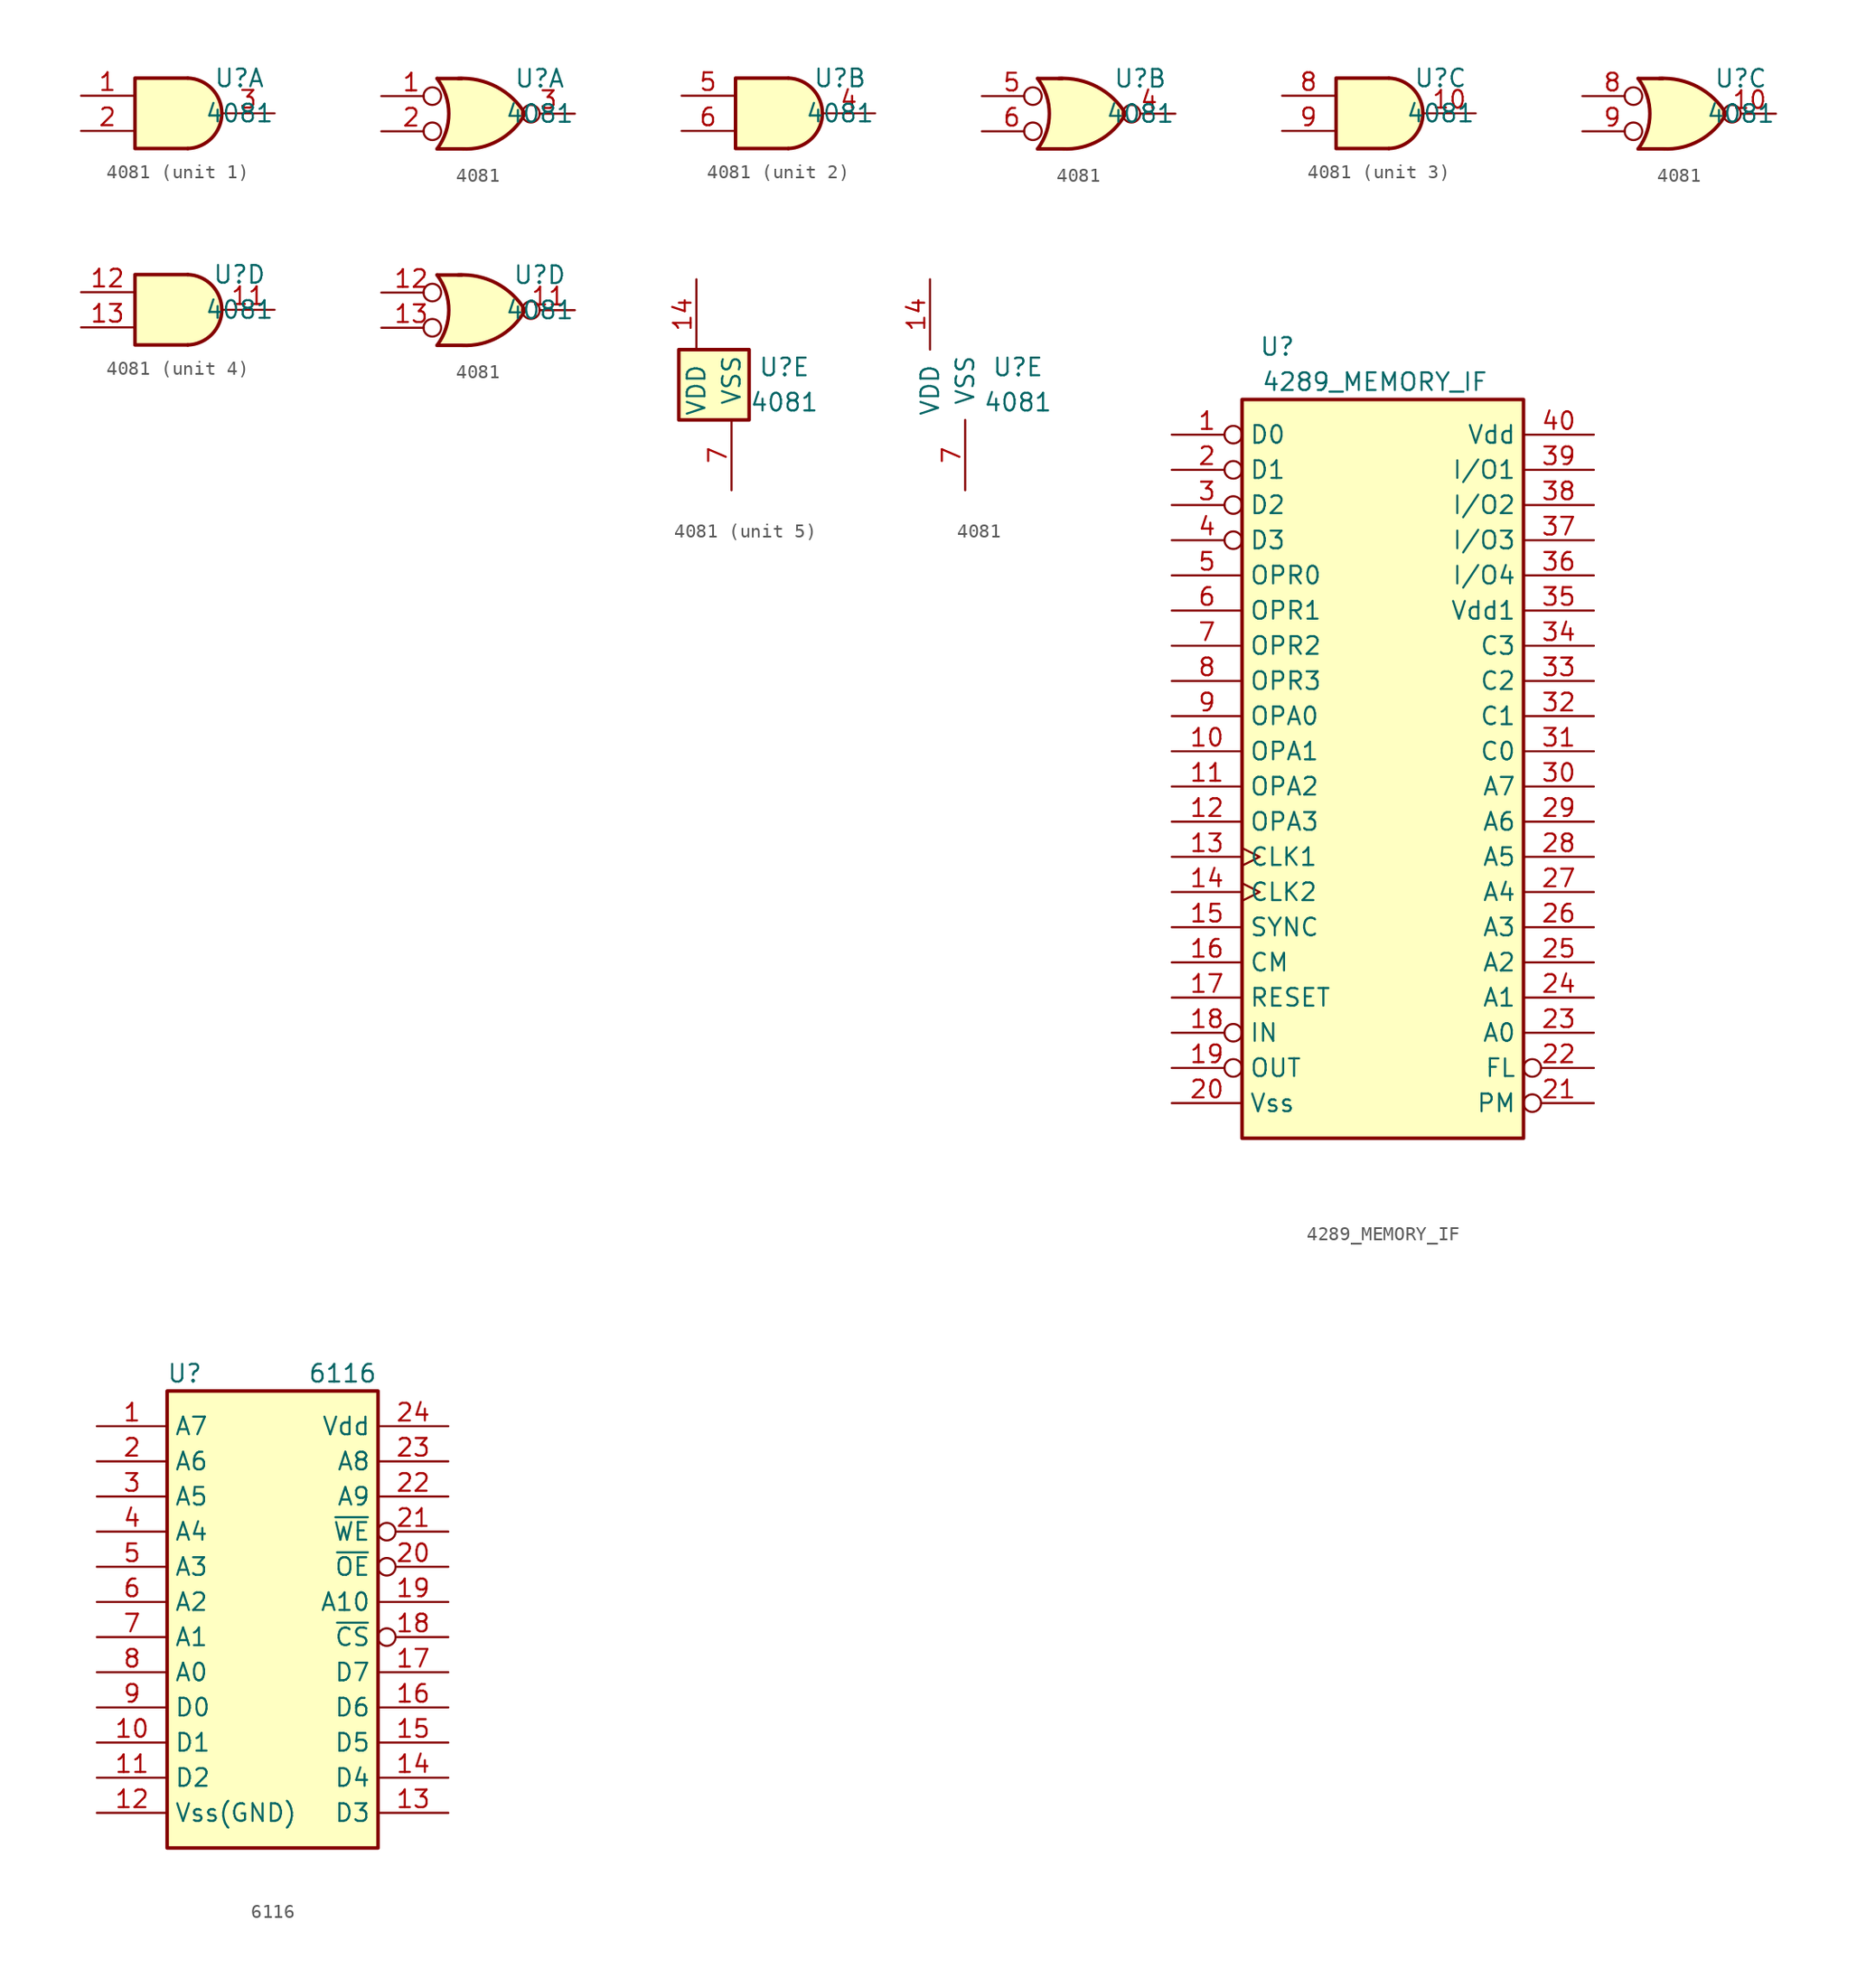
<source format=kicad_sym>
(kicad_symbol_lib
  (version 20220914)
  (generator kicad_symbol_editor)
  (symbol "4081"
    (pin_names
      (offset 1.016))
    (property "Reference" "U"
      (at 5.08 2.54 0)
      (effects (font (size 1.27 1.27))))
    (property "Value" "4081"
      (at 5.08 0 0)
      (effects (font (size 1.27 1.27))))
    (property "ki_locked" ""
      (at 0 0 0)
      (effects (font (size 1.27 1.27))))
    (symbol "4081_1_1"
      (polyline (pts (xy 1.354 2.54) (xy -2.456 2.54) (xy -2.456 -2.54) (xy 1.354 -2.54)) (stroke (width 0.254) (type default)) (fill (type background)))
      (arc (start 1.3543 -2.54) (mid 3.8114 0) (end 1.3543 2.54) (stroke (width 0.254) (type default)) (fill (type background)))
      (pin input line (at -6.35 1.27 0) (length 3.81) (name "~" (effects (font (size 1.27 1.27)))) (number "1" (effects (font (size 1.27 1.27)))))
      (pin input line (at -6.35 -1.27 0) (length 3.81) (name "~" (effects (font (size 1.27 1.27)))) (number "2" (effects (font (size 1.27 1.27)))))
      (pin output line (at 7.62 0 180) (length 3.81) (name "~" (effects (font (size 1.27 1.27)))) (number "3" (effects (font (size 1.27 1.27))))))
    (symbol "4081_1_2"
      (arc (start -2.325 -2.54) (mid -1.479 0) (end -2.325 2.54) (stroke (width 0.254) (type default)) (fill (type none)))
      (arc (start -0.547 -2.54) (mid 2.1069 -1.9322) (end 4.025 0) (stroke (width 0.254) (type default)) (fill (type background)))
      (polyline (pts (xy -2.325 -2.54) (xy -0.547 -2.54)) (stroke (width 0.254) (type default)) (fill (type none)))
      (polyline (pts (xy -2.325 2.54) (xy -0.547 2.54)) (stroke (width 0.254) (type default)) (fill (type none)))
      (polyline (pts (xy 0.215 2.54) (xy -2.325 2.54) (xy -1.69 1.27) (xy -1.309 0) (xy -1.69 -1.27) (xy -2.325 -2.54) (xy 0.215 -2.54)) (stroke (width -25.4) (type default)) (fill (type background)))
      (arc (start 4.025 0) (mid 1.9647 1.9402) (end -0.801 2.54) (stroke (width 0.254) (type default)) (fill (type background)))
      (pin input inverted (at -6.35 1.27 0) (length 4.318) (name "~" (effects (font (size 1.27 1.27)))) (number "1" (effects (font (size 1.27 1.27)))))
      (pin input inverted (at -6.35 -1.27 0) (length 4.318) (name "~" (effects (font (size 1.27 1.27)))) (number "2" (effects (font (size 1.27 1.27)))))
      (pin output inverted (at 7.62 0 180) (length 3.81) (name "~" (effects (font (size 1.27 1.27)))) (number "3" (effects (font (size 1.27 1.27))))))
    (symbol "4081_2_1"
      (polyline (pts (xy 1.354 2.54) (xy -2.456 2.54) (xy -2.456 -2.54) (xy 1.354 -2.54)) (stroke (width 0.254) (type default)) (fill (type background)))
      (arc (start 1.3543 -2.54) (mid 3.8114 0) (end 1.3543 2.54) (stroke (width 0.254) (type default)) (fill (type background)))
      (pin output line (at 7.62 0 180) (length 3.81) (name "~" (effects (font (size 1.27 1.27)))) (number "4" (effects (font (size 1.27 1.27)))))
      (pin input line (at -6.35 1.27 0) (length 3.81) (name "~" (effects (font (size 1.27 1.27)))) (number "5" (effects (font (size 1.27 1.27)))))
      (pin input line (at -6.35 -1.27 0) (length 3.81) (name "~" (effects (font (size 1.27 1.27)))) (number "6" (effects (font (size 1.27 1.27))))))
    (symbol "4081_2_2"
      (arc (start -2.325 -2.54) (mid -1.479 0) (end -2.325 2.54) (stroke (width 0.254) (type default)) (fill (type none)))
      (arc (start -0.547 -2.54) (mid 2.1069 -1.9322) (end 4.025 0) (stroke (width 0.254) (type default)) (fill (type background)))
      (polyline (pts (xy -2.325 -2.54) (xy -0.547 -2.54)) (stroke (width 0.254) (type default)) (fill (type none)))
      (polyline (pts (xy -2.325 2.54) (xy -0.547 2.54)) (stroke (width 0.254) (type default)) (fill (type none)))
      (polyline (pts (xy 0.215 2.54) (xy -2.325 2.54) (xy -1.69 1.27) (xy -1.309 0) (xy -1.69 -1.27) (xy -2.325 -2.54) (xy 0.215 -2.54)) (stroke (width -25.4) (type default)) (fill (type background)))
      (arc (start 4.025 0) (mid 1.9647 1.9402) (end -0.801 2.54) (stroke (width 0.254) (type default)) (fill (type background)))
      (pin output inverted (at 7.62 0 180) (length 3.81) (name "~" (effects (font (size 1.27 1.27)))) (number "4" (effects (font (size 1.27 1.27)))))
      (pin input inverted (at -6.35 1.27 0) (length 4.318) (name "~" (effects (font (size 1.27 1.27)))) (number "5" (effects (font (size 1.27 1.27)))))
      (pin input inverted (at -6.35 -1.27 0) (length 4.318) (name "~" (effects (font (size 1.27 1.27)))) (number "6" (effects (font (size 1.27 1.27))))))
    (symbol "4081_3_1"
      (polyline (pts (xy 1.354 2.54) (xy -2.456 2.54) (xy -2.456 -2.54) (xy 1.354 -2.54)) (stroke (width 0.254) (type default)) (fill (type background)))
      (arc (start 1.3543 -2.54) (mid 3.8114 0) (end 1.3543 2.54) (stroke (width 0.254) (type default)) (fill (type background)))
      (pin output line (at 7.62 0 180) (length 3.81) (name "~" (effects (font (size 1.27 1.27)))) (number "10" (effects (font (size 1.27 1.27)))))
      (pin input line (at -6.35 1.27 0) (length 3.81) (name "~" (effects (font (size 1.27 1.27)))) (number "8" (effects (font (size 1.27 1.27)))))
      (pin input line (at -6.35 -1.27 0) (length 3.81) (name "~" (effects (font (size 1.27 1.27)))) (number "9" (effects (font (size 1.27 1.27))))))
    (symbol "4081_3_2"
      (arc (start -2.325 -2.54) (mid -1.479 0) (end -2.325 2.54) (stroke (width 0.254) (type default)) (fill (type none)))
      (arc (start -0.547 -2.54) (mid 2.1069 -1.9322) (end 4.025 0) (stroke (width 0.254) (type default)) (fill (type background)))
      (polyline (pts (xy -2.325 -2.54) (xy -0.547 -2.54)) (stroke (width 0.254) (type default)) (fill (type none)))
      (polyline (pts (xy -2.325 2.54) (xy -0.547 2.54)) (stroke (width 0.254) (type default)) (fill (type none)))
      (polyline (pts (xy 0.215 2.54) (xy -2.325 2.54) (xy -1.69 1.27) (xy -1.309 0) (xy -1.69 -1.27) (xy -2.325 -2.54) (xy 0.215 -2.54)) (stroke (width -25.4) (type default)) (fill (type background)))
      (arc (start 4.025 0) (mid 1.9647 1.9402) (end -0.801 2.54) (stroke (width 0.254) (type default)) (fill (type background)))
      (pin output inverted (at 7.62 0 180) (length 3.81) (name "~" (effects (font (size 1.27 1.27)))) (number "10" (effects (font (size 1.27 1.27)))))
      (pin input inverted (at -6.35 1.27 0) (length 4.318) (name "~" (effects (font (size 1.27 1.27)))) (number "8" (effects (font (size 1.27 1.27)))))
      (pin input inverted (at -6.35 -1.27 0) (length 4.318) (name "~" (effects (font (size 1.27 1.27)))) (number "9" (effects (font (size 1.27 1.27))))))
    (symbol "4081_4_1"
      (polyline (pts (xy 1.354 2.54) (xy -2.456 2.54) (xy -2.456 -2.54) (xy 1.354 -2.54)) (stroke (width 0.254) (type default)) (fill (type background)))
      (arc (start 1.3543 -2.54) (mid 3.8114 0) (end 1.3543 2.54) (stroke (width 0.254) (type default)) (fill (type background)))
      (pin output line (at 7.62 0 180) (length 3.81) (name "~" (effects (font (size 1.27 1.27)))) (number "11" (effects (font (size 1.27 1.27)))))
      (pin input line (at -6.35 1.27 0) (length 3.81) (name "~" (effects (font (size 1.27 1.27)))) (number "12" (effects (font (size 1.27 1.27)))))
      (pin input line (at -6.35 -1.27 0) (length 3.81) (name "~" (effects (font (size 1.27 1.27)))) (number "13" (effects (font (size 1.27 1.27))))))
    (symbol "4081_4_2"
      (arc (start -2.325 -2.54) (mid -1.479 0) (end -2.325 2.54) (stroke (width 0.254) (type default)) (fill (type none)))
      (arc (start -0.547 -2.54) (mid 2.1069 -1.9322) (end 4.025 0) (stroke (width 0.254) (type default)) (fill (type background)))
      (polyline (pts (xy -2.325 -2.54) (xy -0.547 -2.54)) (stroke (width 0.254) (type default)) (fill (type none)))
      (polyline (pts (xy -2.325 2.54) (xy -0.547 2.54)) (stroke (width 0.254) (type default)) (fill (type none)))
      (polyline (pts (xy 0.215 2.54) (xy -2.325 2.54) (xy -1.69 1.27) (xy -1.309 0) (xy -1.69 -1.27) (xy -2.325 -2.54) (xy 0.215 -2.54)) (stroke (width -25.4) (type default)) (fill (type background)))
      (arc (start 4.025 0) (mid 1.9647 1.9402) (end -0.801 2.54) (stroke (width 0.254) (type default)) (fill (type background)))
      (pin output inverted (at 7.62 0 180) (length 3.81) (name "~" (effects (font (size 1.27 1.27)))) (number "11" (effects (font (size 1.27 1.27)))))
      (pin input inverted (at -6.35 1.27 0) (length 4.318) (name "~" (effects (font (size 1.27 1.27)))) (number "12" (effects (font (size 1.27 1.27)))))
      (pin input inverted (at -6.35 -1.27 0) (length 4.318) (name "~" (effects (font (size 1.27 1.27)))) (number "13" (effects (font (size 1.27 1.27))))))
    (symbol "4081_5_0"
      (pin power_in line (at -1.27 8.89 270) (length 5.08) (name "VDD" (effects (font (size 1.27 1.27)))) (number "14" (effects (font (size 1.27 1.27)))))
      (pin power_in line (at 1.27 -6.35 90) (length 5.08) (name "VSS" (effects (font (size 1.27 1.27)))) (number "7" (effects (font (size 1.27 1.27))))))
    (symbol "4081_5_1"
      (rectangle (start -2.54 3.81) (end 2.54 -1.27) (stroke (width 0.254) (type default)) (fill (type background)))))
  (symbol "4289_MEMORY_IF"
    (property "Reference" "U"
      (at -7.62 30.48 0)
      (effects (font (size 1.27 1.27))))
    (property "Value" "4289_MEMORY_IF"
      (at 7.62 27.94 0)
      (effects (font (size 1.27 1.27)) (justify right)))
    (symbol "4289_MEMORY_IF_1_1"
      (rectangle (start -10.16 26.67) (end 10.16 -26.67) (stroke (width 0.254) (type default)) (fill (type background)))
      (pin bidirectional inverted (at -15.24 24.13 0) (length 5.08) (name "D0" (effects (font (size 1.27 1.27)))) (number "1" (effects (font (size 1.27 1.27)))))
      (pin input line (at -15.24 1.27 0) (length 5.08) (name "OPA1" (effects (font (size 1.27 1.27)))) (number "10" (effects (font (size 1.27 1.27)))))
      (pin input line (at -15.24 -1.27 0) (length 5.08) (name "OPA2" (effects (font (size 1.27 1.27)))) (number "11" (effects (font (size 1.27 1.27)))))
      (pin input line (at -15.24 -3.81 0) (length 5.08) (name "OPA3" (effects (font (size 1.27 1.27)))) (number "12" (effects (font (size 1.27 1.27)))))
      (pin input clock (at -15.24 -6.35 0) (length 5.08) (name "CLK1" (effects (font (size 1.27 1.27)))) (number "13" (effects (font (size 1.27 1.27)))))
      (pin input clock (at -15.24 -8.89 0) (length 5.08) (name "CLK2" (effects (font (size 1.27 1.27)))) (number "14" (effects (font (size 1.27 1.27)))))
      (pin input line (at -15.24 -11.43 0) (length 5.08) (name "SYNC" (effects (font (size 1.27 1.27)))) (number "15" (effects (font (size 1.27 1.27)))))
      (pin input line (at -15.24 -13.97 0) (length 5.08) (name "CM" (effects (font (size 1.27 1.27)))) (number "16" (effects (font (size 1.27 1.27)))))
      (pin input line (at -15.24 -16.51 0) (length 5.08) (name "RESET" (effects (font (size 1.27 1.27)))) (number "17" (effects (font (size 1.27 1.27)))))
      (pin output inverted (at -15.24 -19.05 0) (length 5.08) (name "IN" (effects (font (size 1.27 1.27)))) (number "18" (effects (font (size 1.27 1.27)))))
      (pin output inverted (at -15.24 -21.59 0) (length 5.08) (name "OUT" (effects (font (size 1.27 1.27)))) (number "19" (effects (font (size 1.27 1.27)))))
      (pin bidirectional inverted (at -15.24 21.59 0) (length 5.08) (name "D1" (effects (font (size 1.27 1.27)))) (number "2" (effects (font (size 1.27 1.27)))))
      (pin power_in line (at -15.24 -24.13 0) (length 5.08) (name "Vss" (effects (font (size 1.27 1.27)))) (number "20" (effects (font (size 1.27 1.27)))))
      (pin output inverted (at 15.24 -24.13 180) (length 5.08) (name "PM" (effects (font (size 1.27 1.27)))) (number "21" (effects (font (size 1.27 1.27)))))
      (pin output inverted (at 15.24 -21.59 180) (length 5.08) (name "FL" (effects (font (size 1.27 1.27)))) (number "22" (effects (font (size 1.27 1.27)))))
      (pin output line (at 15.24 -19.05 180) (length 5.08) (name "A0" (effects (font (size 1.27 1.27)))) (number "23" (effects (font (size 1.27 1.27)))))
      (pin output line (at 15.24 -16.51 180) (length 5.08) (name "A1" (effects (font (size 1.27 1.27)))) (number "24" (effects (font (size 1.27 1.27)))))
      (pin output line (at 15.24 -13.97 180) (length 5.08) (name "A2" (effects (font (size 1.27 1.27)))) (number "25" (effects (font (size 1.27 1.27)))))
      (pin output line (at 15.24 -11.43 180) (length 5.08) (name "A3" (effects (font (size 1.27 1.27)))) (number "26" (effects (font (size 1.27 1.27)))))
      (pin output line (at 15.24 -8.89 180) (length 5.08) (name "A4" (effects (font (size 1.27 1.27)))) (number "27" (effects (font (size 1.27 1.27)))))
      (pin output line (at 15.24 -6.35 180) (length 5.08) (name "A5" (effects (font (size 1.27 1.27)))) (number "28" (effects (font (size 1.27 1.27)))))
      (pin output line (at 15.24 -3.81 180) (length 5.08) (name "A6" (effects (font (size 1.27 1.27)))) (number "29" (effects (font (size 1.27 1.27)))))
      (pin bidirectional inverted (at -15.24 19.05 0) (length 5.08) (name "D2" (effects (font (size 1.27 1.27)))) (number "3" (effects (font (size 1.27 1.27)))))
      (pin output line (at 15.24 -1.27 180) (length 5.08) (name "A7" (effects (font (size 1.27 1.27)))) (number "30" (effects (font (size 1.27 1.27)))))
      (pin output line (at 15.24 1.27 180) (length 5.08) (name "C0" (effects (font (size 1.27 1.27)))) (number "31" (effects (font (size 1.27 1.27)))))
      (pin output line (at 15.24 3.81 180) (length 5.08) (name "C1" (effects (font (size 1.27 1.27)))) (number "32" (effects (font (size 1.27 1.27)))))
      (pin output line (at 15.24 6.35 180) (length 5.08) (name "C2" (effects (font (size 1.27 1.27)))) (number "33" (effects (font (size 1.27 1.27)))))
      (pin output line (at 15.24 8.89 180) (length 5.08) (name "C3" (effects (font (size 1.27 1.27)))) (number "34" (effects (font (size 1.27 1.27)))))
      (pin power_in line (at 15.24 11.43 180) (length 5.08) (name "Vdd1" (effects (font (size 1.27 1.27)))) (number "35" (effects (font (size 1.27 1.27)))))
      (pin bidirectional line (at 15.24 13.97 180) (length 5.08) (name "I/O4" (effects (font (size 1.27 1.27)))) (number "36" (effects (font (size 1.27 1.27)))))
      (pin bidirectional line (at 15.24 16.51 180) (length 5.08) (name "I/O3" (effects (font (size 1.27 1.27)))) (number "37" (effects (font (size 1.27 1.27)))))
      (pin bidirectional line (at 15.24 19.05 180) (length 5.08) (name "I/O2" (effects (font (size 1.27 1.27)))) (number "38" (effects (font (size 1.27 1.27)))))
      (pin bidirectional line (at 15.24 21.59 180) (length 5.08) (name "I/O1" (effects (font (size 1.27 1.27)))) (number "39" (effects (font (size 1.27 1.27)))))
      (pin bidirectional inverted (at -15.24 16.51 0) (length 5.08) (name "D3" (effects (font (size 1.27 1.27)))) (number "4" (effects (font (size 1.27 1.27)))))
      (pin power_in line (at 15.24 24.13 180) (length 5.08) (name "Vdd" (effects (font (size 1.27 1.27)))) (number "40" (effects (font (size 1.27 1.27)))))
      (pin input line (at -15.24 13.97 0) (length 5.08) (name "OPR0" (effects (font (size 1.27 1.27)))) (number "5" (effects (font (size 1.27 1.27)))))
      (pin input line (at -15.24 11.43 0) (length 5.08) (name "OPR1" (effects (font (size 1.27 1.27)))) (number "6" (effects (font (size 1.27 1.27)))))
      (pin input line (at -15.24 8.89 0) (length 5.08) (name "OPR2" (effects (font (size 1.27 1.27)))) (number "7" (effects (font (size 1.27 1.27)))))
      (pin input line (at -15.24 6.35 0) (length 5.08) (name "OPR3" (effects (font (size 1.27 1.27)))) (number "8" (effects (font (size 1.27 1.27)))))
      (pin input line (at -15.24 3.81 0) (length 5.08) (name "OPA0" (effects (font (size 1.27 1.27)))) (number "9" (effects (font (size 1.27 1.27)))))))
  (symbol "6116"
    (property "Reference" "U"
      (at -6.35 24.13 0)
      (effects (font (size 1.27 1.27))))
    (property "Value" "6116"
      (at 2.54 24.13 0)
      (effects (font (size 1.27 1.27)) (justify left)))
    (symbol "6116_1_1"
      (rectangle (start -7.62 22.86) (end 7.62 -10.16) (stroke (width 0.254) (type default)) (fill (type background)))
      (pin input line (at -12.7 20.32 0) (length 5.08) (name "A7" (effects (font (size 1.27 1.27)))) (number "1" (effects (font (size 1.27 1.27)))))
      (pin tri_state line (at -12.7 -2.54 0) (length 5.08) (name "D1" (effects (font (size 1.27 1.27)))) (number "10" (effects (font (size 1.27 1.27)))))
      (pin tri_state line (at -12.7 -5.08 0) (length 5.08) (name "D2" (effects (font (size 1.27 1.27)))) (number "11" (effects (font (size 1.27 1.27)))))
      (pin power_in line (at -12.7 -7.62 0) (length 5.08) (name "Vss(GND)" (effects (font (size 1.27 1.27)))) (number "12" (effects (font (size 1.27 1.27)))))
      (pin tri_state line (at 12.7 -7.62 180) (length 5.08) (name "D3" (effects (font (size 1.27 1.27)))) (number "13" (effects (font (size 1.27 1.27)))))
      (pin tri_state line (at 12.7 -5.08 180) (length 5.08) (name "D4" (effects (font (size 1.27 1.27)))) (number "14" (effects (font (size 1.27 1.27)))))
      (pin tri_state line (at 12.7 -2.54 180) (length 5.08) (name "D5" (effects (font (size 1.27 1.27)))) (number "15" (effects (font (size 1.27 1.27)))))
      (pin tri_state line (at 12.7 0 180) (length 5.08) (name "D6" (effects (font (size 1.27 1.27)))) (number "16" (effects (font (size 1.27 1.27)))))
      (pin tri_state line (at 12.7 2.54 180) (length 5.08) (name "D7" (effects (font (size 1.27 1.27)))) (number "17" (effects (font (size 1.27 1.27)))))
      (pin input inverted (at 12.7 5.08 180) (length 5.08) (name "~{CS}" (effects (font (size 1.27 1.27)))) (number "18" (effects (font (size 1.27 1.27)))))
      (pin input line (at 12.7 7.62 180) (length 5.08) (name "A10" (effects (font (size 1.27 1.27)))) (number "19" (effects (font (size 1.27 1.27)))))
      (pin input line (at -12.7 17.78 0) (length 5.08) (name "A6" (effects (font (size 1.27 1.27)))) (number "2" (effects (font (size 1.27 1.27)))))
      (pin input inverted (at 12.7 10.16 180) (length 5.08) (name "~{OE}" (effects (font (size 1.27 1.27)))) (number "20" (effects (font (size 1.27 1.27)))))
      (pin input inverted (at 12.7 12.7 180) (length 5.08) (name "~{WE}" (effects (font (size 1.27 1.27)))) (number "21" (effects (font (size 1.27 1.27)))))
      (pin input line (at 12.7 15.24 180) (length 5.08) (name "A9" (effects (font (size 1.27 1.27)))) (number "22" (effects (font (size 1.27 1.27)))))
      (pin input line (at 12.7 17.78 180) (length 5.08) (name "A8" (effects (font (size 1.27 1.27)))) (number "23" (effects (font (size 1.27 1.27)))))
      (pin power_in line (at 12.7 20.32 180) (length 5.08) (name "Vdd" (effects (font (size 1.27 1.27)))) (number "24" (effects (font (size 1.27 1.27)))))
      (pin input line (at -12.7 15.24 0) (length 5.08) (name "A5" (effects (font (size 1.27 1.27)))) (number "3" (effects (font (size 1.27 1.27)))))
      (pin input line (at -12.7 12.7 0) (length 5.08) (name "A4" (effects (font (size 1.27 1.27)))) (number "4" (effects (font (size 1.27 1.27)))))
      (pin input line (at -12.7 10.16 0) (length 5.08) (name "A3" (effects (font (size 1.27 1.27)))) (number "5" (effects (font (size 1.27 1.27)))))
      (pin input line (at -12.7 7.62 0) (length 5.08) (name "A2" (effects (font (size 1.27 1.27)))) (number "6" (effects (font (size 1.27 1.27)))))
      (pin input line (at -12.7 5.08 0) (length 5.08) (name "A1" (effects (font (size 1.27 1.27)))) (number "7" (effects (font (size 1.27 1.27)))))
      (pin input line (at -12.7 2.54 0) (length 5.08) (name "A0" (effects (font (size 1.27 1.27)))) (number "8" (effects (font (size 1.27 1.27)))))
      (pin tri_state line (at -12.7 0 0) (length 5.08) (name "D0" (effects (font (size 1.27 1.27)))) (number "9" (effects (font (size 1.27 1.27))))))))
</source>
